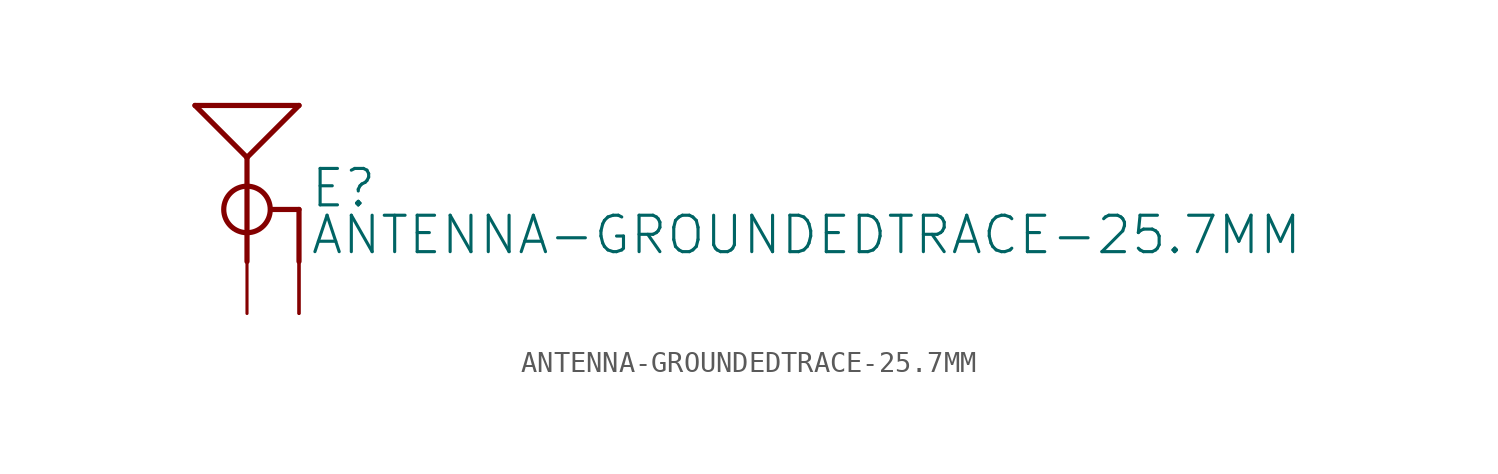
<source format=kicad_sym>
(kicad_symbol_lib
  (version 20211014)
  (generator kicad_symbol_editor)
  (symbol "ANTENNA-GROUNDEDTRACE-25.7MM"
    (property "Reference" "E"
      (at 3.048 -5.08 0)
      (effects (font (size 1.778 1.778)) (justify left bottom)))
    (property "Value" "ANTENNA-GROUNDEDTRACE-25.7MM"
      (at 3.048 -7.366 0)
      (effects (font (size 1.778 1.778)) (justify left bottom)))
    (property "ki_locked" ""
      (at 0 0 0)
      (effects (font (size 1.27 1.27))))
    (symbol "ANTENNA-GROUNDEDTRACE-25.7MM_1_0"
      (circle (center 0 -5.08) (radius 1.136) (stroke (width 0.254) (type default) (color 0 0 0 0)) (fill (type none)))
      (polyline (pts (xy -2.54 0) (xy 2.54 0)) (stroke (width 0.254) (type default) (color 0 0 0 0)) (fill (type none)))
      (polyline (pts (xy 0 -2.54) (xy -2.54 0)) (stroke (width 0.254) (type default) (color 0 0 0 0)) (fill (type none)))
      (polyline (pts (xy 0 -2.54) (xy 0 -7.62)) (stroke (width 0.254) (type default) (color 0 0 0 0)) (fill (type none)))
      (polyline (pts (xy 0 -2.54) (xy 2.54 0)) (stroke (width 0.254) (type default) (color 0 0 0 0)) (fill (type none)))
      (polyline (pts (xy 1.27 -5.08) (xy 2.54 -5.08)) (stroke (width 0.254) (type default) (color 0 0 0 0)) (fill (type none)))
      (polyline (pts (xy 2.54 -5.08) (xy 2.54 -7.62)) (stroke (width 0.254) (type default) (color 0 0 0 0)) (fill (type none)))
      (pin bidirectional line (at 0 -10.16 90) (length 2.54) (name "SIGNAL" (effects (font (size 0 0)))) (number "ANT" (effects (font (size 0 0)))))
      (pin bidirectional line (at 2.54 -10.16 90) (length 2.54) (name "GND" (effects (font (size 0 0)))) (number "GND" (effects (font (size 0 0)))))
      (pin bidirectional line (at 2.54 -10.16 90) (length 2.54) (name "GND" (effects (font (size 0 0)))) (number "GND2" (effects (font (size 0 0))))))))
</source>
